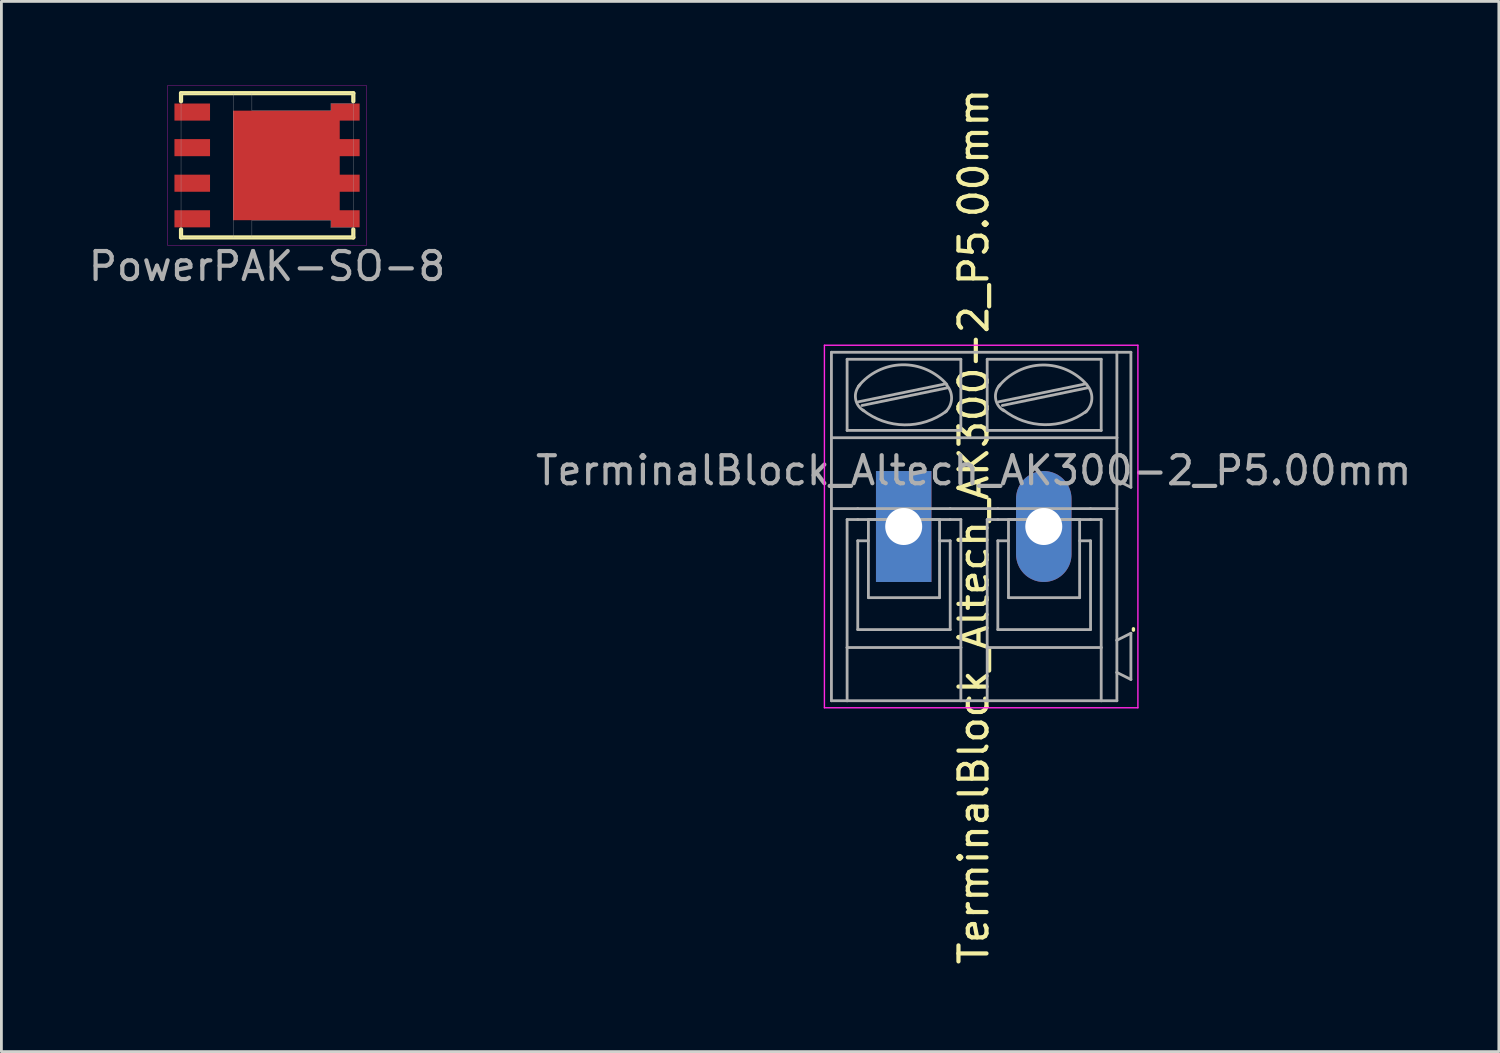
<source format=kicad_pcb>
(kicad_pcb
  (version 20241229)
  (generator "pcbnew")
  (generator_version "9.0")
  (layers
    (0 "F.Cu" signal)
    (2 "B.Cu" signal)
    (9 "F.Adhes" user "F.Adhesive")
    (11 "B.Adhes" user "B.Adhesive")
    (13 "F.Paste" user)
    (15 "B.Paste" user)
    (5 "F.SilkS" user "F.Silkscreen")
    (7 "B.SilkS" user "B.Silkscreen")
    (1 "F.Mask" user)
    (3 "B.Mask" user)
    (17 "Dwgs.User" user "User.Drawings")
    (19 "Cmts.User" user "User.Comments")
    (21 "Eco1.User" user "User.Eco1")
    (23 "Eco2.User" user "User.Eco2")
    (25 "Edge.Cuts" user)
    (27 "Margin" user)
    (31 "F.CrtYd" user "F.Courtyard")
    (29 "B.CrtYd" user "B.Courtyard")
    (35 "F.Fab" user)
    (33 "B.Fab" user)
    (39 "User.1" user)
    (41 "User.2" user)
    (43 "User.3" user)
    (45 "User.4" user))
  (footprint "TerminalBlock_Altech_AK300-2_P5.00mm"
    (layer "F.Cu")
    (at 29.208 15.744)
    (property "Reference" "TerminalBlock_Altech_AK300-2_P5.00mm" (at 2.5 0 90) (layer "F.SilkS") (effects (font (size 1 1) (thickness 0.15))))
    (attr through_hole)
    (fp_line (start 8.2 3.7) (end 8.2 3.65) (stroke (width 0.12) (type solid)) (layer "F.SilkS"))
    (fp_line (start -2.83 -6.47) (end -2.83 6.47) (stroke (width 0.05) (type solid)) (layer "F.CrtYd"))
    (fp_line (start -2.83 -6.47) (end 8.36 -6.47) (stroke (width 0.05) (type solid)) (layer "F.CrtYd"))
    (fp_line (start 8.36 6.47) (end -2.83 6.47) (stroke (width 0.05) (type solid)) (layer "F.CrtYd"))
    (fp_line (start 8.36 6.47) (end 8.36 -6.47) (stroke (width 0.05) (type solid)) (layer "F.CrtYd"))
    (fp_line (start -2.58 -3.17) (end -2.58 -6.22) (stroke (width 0.1) (type solid)) (layer "F.Fab"))
    (fp_line (start -2.58 -3.17) (end 7.61 -3.17) (stroke (width 0.1) (type solid)) (layer "F.Fab"))
    (fp_line (start -2.58 -0.64) (end -2.58 -3.17) (stroke (width 0.1) (type solid)) (layer "F.Fab"))
    (fp_line (start -2.58 -0.64) (end -1.64 -0.64) (stroke (width 0.1) (type solid)) (layer "F.Fab"))
    (fp_line (start -2.58 6.22) (end -2.58 -0.64) (stroke (width 0.1) (type solid)) (layer "F.Fab"))
    (fp_line (start -2.58 6.22) (end -2.02 6.22) (stroke (width 0.1) (type solid)) (layer "F.Fab"))
    (fp_line (start -2.02 -3.43) (end -2.02 -5.97) (stroke (width 0.1) (type solid)) (layer "F.Fab"))
    (fp_line (start -2.02 -0.25) (end -2.02 4.32) (stroke (width 0.1) (type solid)) (layer "F.Fab"))
    (fp_line (start -2.02 -0.25) (end -1.64 -0.25) (stroke (width 0.1) (type solid)) (layer "F.Fab"))
    (fp_line (start -2.02 4.32) (end -2.02 6.22) (stroke (width 0.1) (type solid)) (layer "F.Fab"))
    (fp_line (start -2.02 6.22) (end 2.04 6.22) (stroke (width 0.1) (type solid)) (layer "F.Fab"))
    (fp_line (start -1.64 -0.64) (end 1.66 -0.64) (stroke (width 0.1) (type solid)) (layer "F.Fab"))
    (fp_line (start -1.64 0.51) (end -1.26 0.51) (stroke (width 0.1) (type solid)) (layer "F.Fab"))
    (fp_line (start -1.64 3.68) (end -1.64 0.51) (stroke (width 0.1) (type solid)) (layer "F.Fab"))
    (fp_line (start -1.62 -4.45) (end 1.44 -5.08) (stroke (width 0.1) (type solid)) (layer "F.Fab"))
    (fp_line (start -1.49 -4.32) (end 1.56 -4.95) (stroke (width 0.1) (type solid)) (layer "F.Fab"))
    (fp_line (start -1.26 -0.25) (end 1.28 -0.25) (stroke (width 0.1) (type solid)) (layer "F.Fab"))
    (fp_line (start -1.26 2.54) (end -1.26 -0.25) (stroke (width 0.1) (type solid)) (layer "F.Fab"))
    (fp_line (start -1.26 2.54) (end 1.28 2.54) (stroke (width 0.1) (type solid)) (layer "F.Fab"))
    (fp_line (start 1.28 2.54) (end 1.28 -0.25) (stroke (width 0.1) (type solid)) (layer "F.Fab"))
    (fp_line (start 1.66 -0.64) (end 3.36 -0.64) (stroke (width 0.1) (type solid)) (layer "F.Fab"))
    (fp_line (start 1.66 -0.25) (end -1.64 -0.25) (stroke (width 0.1) (type solid)) (layer "F.Fab"))
    (fp_line (start 1.66 0.51) (end 1.28 0.51) (stroke (width 0.1) (type solid)) (layer "F.Fab"))
    (fp_line (start 1.66 3.68) (end -1.64 3.68) (stroke (width 0.1) (type solid)) (layer "F.Fab"))
    (fp_line (start 1.66 3.68) (end 1.66 0.51) (stroke (width 0.1) (type solid)) (layer "F.Fab"))
    (fp_line (start 2.04 -5.97) (end -2.02 -5.97) (stroke (width 0.1) (type solid)) (layer "F.Fab"))
    (fp_line (start 2.04 -3.43) (end -2.02 -3.43) (stroke (width 0.1) (type solid)) (layer "F.Fab"))
    (fp_line (start 2.04 -3.43) (end 2.04 -5.97) (stroke (width 0.1) (type solid)) (layer "F.Fab"))
    (fp_line (start 2.04 -0.25) (end 1.66 -0.25) (stroke (width 0.1) (type solid)) (layer "F.Fab"))
    (fp_line (start 2.04 4.32) (end -2.02 4.32) (stroke (width 0.1) (type solid)) (layer "F.Fab"))
    (fp_line (start 2.04 4.32) (end 2.04 -0.25) (stroke (width 0.1) (type solid)) (layer "F.Fab"))
    (fp_line (start 2.04 6.22) (end 2.04 4.32) (stroke (width 0.1) (type solid)) (layer "F.Fab"))
    (fp_line (start 2.04 6.22) (end 2.98 6.22) (stroke (width 0.1) (type solid)) (layer "F.Fab"))
    (fp_line (start 2.98 -5.97) (end 7.05 -5.97) (stroke (width 0.1) (type solid)) (layer "F.Fab"))
    (fp_line (start 2.98 -3.43) (end 2.98 -5.97) (stroke (width 0.1) (type solid)) (layer "F.Fab"))
    (fp_line (start 2.98 -0.25) (end 3.36 -0.25) (stroke (width 0.1) (type solid)) (layer "F.Fab"))
    (fp_line (start 2.98 4.32) (end 2.98 -0.25) (stroke (width 0.1) (type solid)) (layer "F.Fab"))
    (fp_line (start 2.98 4.32) (end 7.05 4.32) (stroke (width 0.1) (type solid)) (layer "F.Fab"))
    (fp_line (start 2.98 6.22) (end 2.98 4.32) (stroke (width 0.1) (type solid)) (layer "F.Fab"))
    (fp_line (start 2.98 6.22) (end 7.05 6.22) (stroke (width 0.1) (type solid)) (layer "F.Fab"))
    (fp_line (start 3.36 -0.25) (end 6.67 -0.25) (stroke (width 0.1) (type solid)) (layer "F.Fab"))
    (fp_line (start 3.36 0.51) (end 3.74 0.51) (stroke (width 0.1) (type solid)) (layer "F.Fab"))
    (fp_line (start 3.36 3.68) (end 3.36 0.51) (stroke (width 0.1) (type solid)) (layer "F.Fab"))
    (fp_line (start 3.39 -4.45) (end 6.44 -5.08) (stroke (width 0.1) (type solid)) (layer "F.Fab"))
    (fp_line (start 3.52 -4.32) (end 6.56 -4.95) (stroke (width 0.1) (type solid)) (layer "F.Fab"))
    (fp_line (start 3.74 -0.25) (end 6.28 -0.25) (stroke (width 0.1) (type solid)) (layer "F.Fab"))
    (fp_line (start 3.74 2.54) (end 3.74 -0.25) (stroke (width 0.1) (type solid)) (layer "F.Fab"))
    (fp_line (start 3.74 2.54) (end 6.28 2.54) (stroke (width 0.1) (type solid)) (layer "F.Fab"))
    (fp_line (start 6.28 2.54) (end 6.28 -0.25) (stroke (width 0.1) (type solid)) (layer "F.Fab"))
    (fp_line (start 6.67 -0.64) (end 3.36 -0.64) (stroke (width 0.1) (type solid)) (layer "F.Fab"))
    (fp_line (start 6.67 0.51) (end 6.28 0.51) (stroke (width 0.1) (type solid)) (layer "F.Fab"))
    (fp_line (start 6.67 3.68) (end 3.36 3.68) (stroke (width 0.1) (type solid)) (layer "F.Fab"))
    (fp_line (start 6.67 3.68) (end 6.67 0.51) (stroke (width 0.1) (type solid)) (layer "F.Fab"))
    (fp_line (start 7.05 -5.97) (end 7.05 -3.43) (stroke (width 0.1) (type solid)) (layer "F.Fab"))
    (fp_line (start 7.05 -3.43) (end 2.98 -3.43) (stroke (width 0.1) (type solid)) (layer "F.Fab"))
    (fp_line (start 7.05 -0.25) (end 6.67 -0.25) (stroke (width 0.1) (type solid)) (layer "F.Fab"))
    (fp_line (start 7.05 -0.25) (end 7.05 4.32) (stroke (width 0.1) (type solid)) (layer "F.Fab"))
    (fp_line (start 7.05 4.32) (end 7.05 6.22) (stroke (width 0.1) (type solid)) (layer "F.Fab"))
    (fp_line (start 7.05 6.22) (end 7.61 6.22) (stroke (width 0.1) (type solid)) (layer "F.Fab"))
    (fp_line (start 7.61 -6.22) (end -2.58 -6.22) (stroke (width 0.1) (type solid)) (layer "F.Fab"))
    (fp_line (start 7.61 -6.22) (end 7.61 -3.17) (stroke (width 0.1) (type solid)) (layer "F.Fab"))
    (fp_line (start 7.61 -6.22) (end 8.11 -6.22) (stroke (width 0.1) (type solid)) (layer "F.Fab"))
    (fp_line (start 7.61 -3.17) (end 7.61 -1.65) (stroke (width 0.1) (type solid)) (layer "F.Fab"))
    (fp_line (start 7.61 -1.65) (end 7.61 -0.64) (stroke (width 0.1) (type solid)) (layer "F.Fab"))
    (fp_line (start 7.61 -0.64) (end 6.67 -0.64) (stroke (width 0.1) (type solid)) (layer "F.Fab"))
    (fp_line (start 7.61 -0.64) (end 7.61 4.06) (stroke (width 0.1) (type solid)) (layer "F.Fab"))
    (fp_line (start 7.61 4.06) (end 7.61 5.21) (stroke (width 0.1) (type solid)) (layer "F.Fab"))
    (fp_line (start 7.61 5.21) (end 7.61 6.22) (stroke (width 0.1) (type solid)) (layer "F.Fab"))
    (fp_line (start 8.11 -6.22) (end 8.11 -1.4) (stroke (width 0.1) (type solid)) (layer "F.Fab"))
    (fp_line (start 8.11 -1.4) (end 7.61 -1.65) (stroke (width 0.1) (type solid)) (layer "F.Fab"))
    (fp_line (start 8.11 3.81) (end 7.61 4.06) (stroke (width 0.1) (type solid)) (layer "F.Fab"))
    (fp_line (start 8.11 3.81) (end 8.11 5.46) (stroke (width 0.1) (type solid)) (layer "F.Fab"))
    (fp_line (start 8.11 5.46) (end 7.61 5.21) (stroke (width 0.1) (type solid)) (layer "F.Fab"))
    (fp_arc (start -1.62 -5) (mid -0.05669 -5.772528) (end 1.539976 -5.071534) (stroke (width 0.1) (type solid)) (layer "F.Fab"))
    (fp_arc (start -1.42 -4.13) (mid -1.718466 -4.559406) (end -1.562972 -5.058699) (stroke (width 0.1) (type solid)) (layer "F.Fab"))
    (fp_arc (start 1.53 -5.05) (mid 1.708693 -4.558754) (end 1.485619 -4.086005) (stroke (width 0.1) (type solid)) (layer "F.Fab"))
    (fp_arc (start 1.53 -4.12) (mid 0.02849 -3.628196) (end -1.459829 -4.158582) (stroke (width 0.1) (type solid)) (layer "F.Fab"))
    (fp_arc (start 3.39 -5) (mid 4.949737 -5.764867) (end 6.538239 -5.061686) (stroke (width 0.1) (type solid)) (layer "F.Fab"))
    (fp_arc (start 3.58 -4.13) (mid 3.281534 -4.559406) (end 3.437028 -5.058699) (stroke (width 0.1) (type solid)) (layer "F.Fab"))
    (fp_arc (start 6.53 -4.12) (mid 5.030583 -3.634318) (end 3.547667 -4.168263) (stroke (width 0.1) (type solid)) (layer "F.Fab"))
    (fp_arc (start 6.54 -5.05) (mid 6.715733 -4.551652) (end 6.485532 -4.076005) (stroke (width 0.1) (type solid)) (layer "F.Fab"))
    (fp_text user "${REFERENCE}" (at 2.5 -2 0) (layer "F.Fab") (effects (font (size 1 1) (thickness 0.15))))
    (pad "1" thru_hole rect (at 0 0) (size 1.98 3.96) (drill 1.32) (layers "*.Cu" "*.Mask"))
    (pad "2" thru_hole oval (at 5 0) (size 1.98 3.96) (drill 1.32) (layers "*.Cu" "*.Mask")))
  (footprint "PowerPAK-SO-8"
    (layer "F.Cu")
    (at 6.482 2.855)
    (property "Reference" "PowerPAK-SO-8" (at 0 3.6 0) (layer "F.Fab") (effects (font (size 1 1) (thickness 0.15))))
    (attr through_hole)
    (fp_line (start -3.07 -2.58) (end 3.08 -2.58) (stroke (width 0.15) (type solid)) (layer "F.SilkS"))
    (fp_line (start -3.07 -2.575) (end -3.07 -2.29) (stroke (width 0.15) (type solid)) (layer "F.SilkS"))
    (fp_line (start -3.07 2.285) (end -3.07 2.57) (stroke (width 0.15) (type solid)) (layer "F.SilkS"))
    (fp_line (start -3.07 2.57) (end 3.08 2.57) (stroke (width 0.15) (type solid)) (layer "F.SilkS"))
    (fp_line (start 3.08 -2.575) (end 3.08 -2.29) (stroke (width 0.15) (type solid)) (layer "F.SilkS"))
    (fp_line (start 3.08 2.285) (end 3.08 2.57) (stroke (width 0.15) (type solid)) (layer "F.SilkS"))
    (fp_line (start -3.55 -2.85) (end -3.55 2.85) (stroke (width 0.01) (type solid)) (layer "F.CrtYd"))
    (fp_line (start -3.55 2.85) (end 3.55 2.85) (stroke (width 0.01) (type solid)) (layer "F.CrtYd"))
    (fp_line (start 3.55 -2.85) (end -3.55 -2.85) (stroke (width 0.01) (type solid)) (layer "F.CrtYd"))
    (fp_line (start 3.55 2.85) (end 3.55 -2.85) (stroke (width 0.01) (type solid)) (layer "F.CrtYd"))
    (fp_line (start -3.07 -2.58) (end 3.08 -2.58) (stroke (width 0.01) (type solid)) (layer "F.Fab"))
    (fp_line (start -3.07 2.57) (end -3.07 -2.58) (stroke (width 0.01) (type solid)) (layer "F.Fab"))
    (fp_line (start -1.21 -2.58) (end -1.21 2.57) (stroke (width 0.01) (type solid)) (layer "F.Fab"))
    (fp_line (start -0.54 -2.58) (end -0.54 -1.96) (stroke (width 0.01) (type solid)) (layer "F.Fab"))
    (fp_line (start -0.54 -1.96) (end 2.28 -1.96) (stroke (width 0.01) (type solid)) (layer "F.Fab"))
    (fp_line (start -0.54 1.96) (end -0.54 2.57) (stroke (width 0.01) (type solid)) (layer "F.Fab"))
    (fp_line (start -0.54 1.96) (end 2.28 1.96) (stroke (width 0.01) (type solid)) (layer "F.Fab"))
    (fp_line (start 2.28 -2.21) (end 3.08 -2.21) (stroke (width 0.01) (type solid)) (layer "F.Fab"))
    (fp_line (start 2.28 -1.96) (end 2.28 -2.21) (stroke (width 0.01) (type solid)) (layer "F.Fab"))
    (fp_line (start 2.28 1.96) (end 2.28 2.22) (stroke (width 0.01) (type solid)) (layer "F.Fab"))
    (fp_line (start 2.28 2.22) (end 3.08 2.22) (stroke (width 0.01) (type solid)) (layer "F.Fab"))
    (fp_line (start 3.08 -2.58) (end 3.08 2.57) (stroke (width 0.01) (type solid)) (layer "F.Fab"))
    (fp_line (start 3.08 2.57) (end -3.07 2.57) (stroke (width 0.01) (type solid)) (layer "F.Fab"))
    (pad "1" smd rect (at 0.69 0) (size 3.81 3.91) (layers "F.Cu" "F.Mask" "F.Paste"))
    (pad "1" smd rect (at 2.795 -1.905) (size 1.02 0.61) (layers "F.Cu" "F.Mask" "F.Paste"))
    (pad "1" smd rect (at 2.795 -0.635) (size 1.02 0.61) (layers "F.Cu" "F.Mask" "F.Paste"))
    (pad "1" smd rect (at 2.795 0.635) (size 1.02 0.61) (layers "F.Cu" "F.Mask" "F.Paste"))
    (pad "1" smd rect (at 2.795 1.905) (size 1.02 0.61) (layers "F.Cu" "F.Mask" "F.Paste"))
    (pad "2" smd rect (at -2.67 1.905) (size 1.27 0.61) (layers "F.Cu" "F.Mask" "F.Paste"))
    (pad "3" smd rect (at -2.67 -1.905) (size 1.27 0.61) (layers "F.Cu" "F.Mask" "F.Paste"))
    (pad "3" smd rect (at -2.67 -0.635) (size 1.27 0.61) (layers "F.Cu" "F.Mask" "F.Paste"))
    (pad "3" smd rect (at -2.67 0.635) (size 1.27 0.61) (layers "F.Cu" "F.Mask" "F.Paste")))
  (gr_rect
    (start -3 -3)
    (end 50.452 34.488)
    (stroke (width 0.1) (type default))
    (fill no)
    (layer "Edge.Cuts")))
</source>
